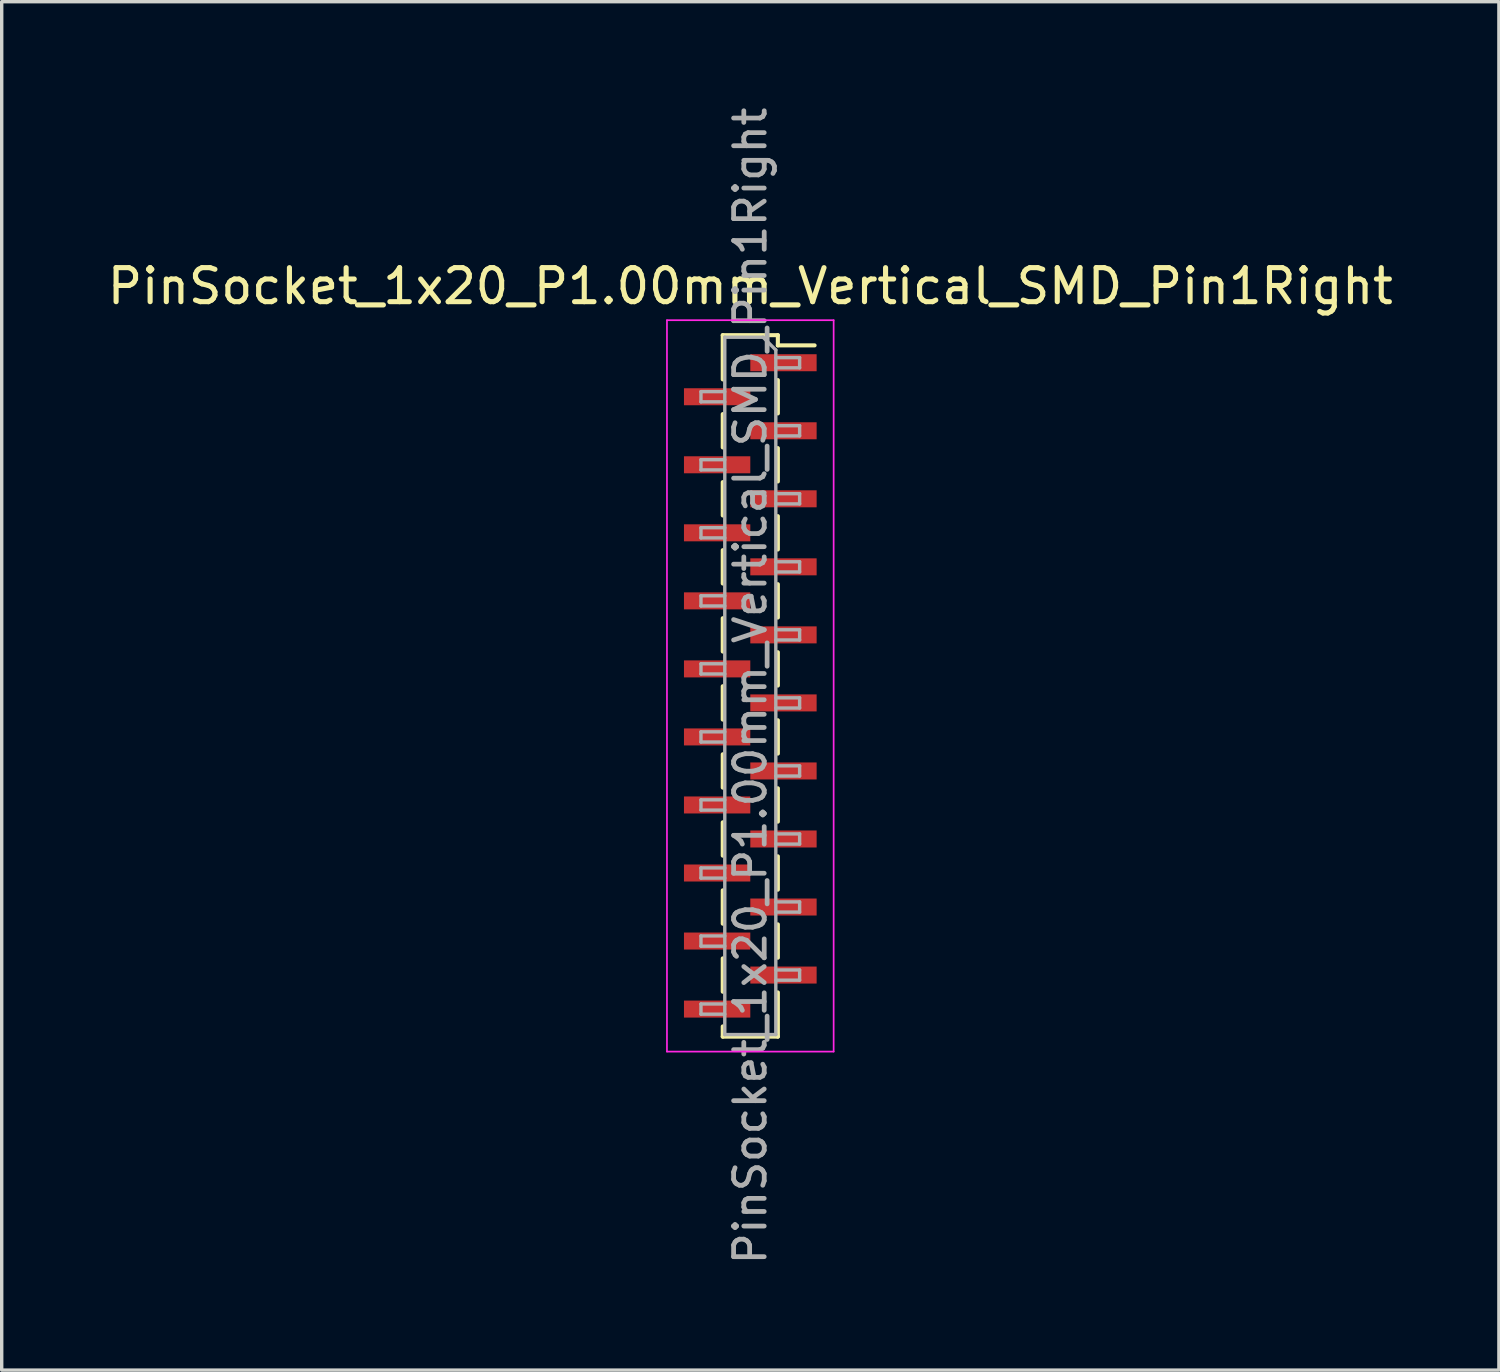
<source format=kicad_pcb>
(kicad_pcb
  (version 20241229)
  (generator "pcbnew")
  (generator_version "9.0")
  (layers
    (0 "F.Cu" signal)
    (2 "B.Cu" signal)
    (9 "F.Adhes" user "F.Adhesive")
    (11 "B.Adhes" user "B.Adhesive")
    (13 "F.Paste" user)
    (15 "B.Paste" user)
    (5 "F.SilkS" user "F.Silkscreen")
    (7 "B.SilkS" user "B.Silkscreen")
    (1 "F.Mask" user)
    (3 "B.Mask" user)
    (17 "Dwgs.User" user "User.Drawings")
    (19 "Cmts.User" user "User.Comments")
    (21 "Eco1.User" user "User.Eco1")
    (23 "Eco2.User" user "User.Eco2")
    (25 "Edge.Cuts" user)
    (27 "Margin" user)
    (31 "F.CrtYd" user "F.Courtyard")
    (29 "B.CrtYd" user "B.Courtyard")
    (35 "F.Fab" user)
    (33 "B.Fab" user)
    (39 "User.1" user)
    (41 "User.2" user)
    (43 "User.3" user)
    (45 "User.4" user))
  (footprint "PinSocket_1x20_P1.00mm_Vertical_SMD_Pin1Right"
    (layer "F.Cu")
    (at 19.006 17.113)
    (property "Reference" "PinSocket_1x20_P1.00mm_Vertical_SMD_Pin1Right" (at 0 -11.75 0) (layer "F.SilkS") (effects (font (size 1 1) (thickness 0.15))))
    (attr smd)
    (fp_line (start -0.81 -10.31) (end -0.81 -9.01) (stroke (width 0.12) (type solid)) (layer "F.SilkS"))
    (fp_line (start -0.81 -10.31) (end 0.81 -10.31) (stroke (width 0.12) (type solid)) (layer "F.SilkS"))
    (fp_line (start -0.81 -7.99) (end -0.81 -7.01) (stroke (width 0.12) (type solid)) (layer "F.SilkS"))
    (fp_line (start -0.81 -5.99) (end -0.81 -5.01) (stroke (width 0.12) (type solid)) (layer "F.SilkS"))
    (fp_line (start -0.81 -3.99) (end -0.81 -3.01) (stroke (width 0.12) (type solid)) (layer "F.SilkS"))
    (fp_line (start -0.81 -1.99) (end -0.81 -1.01) (stroke (width 0.12) (type solid)) (layer "F.SilkS"))
    (fp_line (start -0.81 0.01) (end -0.81 0.99) (stroke (width 0.12) (type solid)) (layer "F.SilkS"))
    (fp_line (start -0.81 2.01) (end -0.81 2.99) (stroke (width 0.12) (type solid)) (layer "F.SilkS"))
    (fp_line (start -0.81 4.01) (end -0.81 4.99) (stroke (width 0.12) (type solid)) (layer "F.SilkS"))
    (fp_line (start -0.81 6.01) (end -0.81 6.99) (stroke (width 0.12) (type solid)) (layer "F.SilkS"))
    (fp_line (start -0.81 8.01) (end -0.81 8.99) (stroke (width 0.12) (type solid)) (layer "F.SilkS"))
    (fp_line (start -0.81 10.01) (end -0.81 10.31) (stroke (width 0.12) (type solid)) (layer "F.SilkS"))
    (fp_line (start -0.81 10.31) (end 0.81 10.31) (stroke (width 0.12) (type solid)) (layer "F.SilkS"))
    (fp_line (start 0.81 -10.31) (end 0.81 -10.01) (stroke (width 0.12) (type solid)) (layer "F.SilkS"))
    (fp_line (start 0.81 -10.01) (end 1.89 -10.01) (stroke (width 0.12) (type solid)) (layer "F.SilkS"))
    (fp_line (start 0.81 -8.99) (end 0.81 -8.01) (stroke (width 0.12) (type solid)) (layer "F.SilkS"))
    (fp_line (start 0.81 -6.99) (end 0.81 -6.01) (stroke (width 0.12) (type solid)) (layer "F.SilkS"))
    (fp_line (start 0.81 -4.99) (end 0.81 -4.01) (stroke (width 0.12) (type solid)) (layer "F.SilkS"))
    (fp_line (start 0.81 -2.99) (end 0.81 -2.01) (stroke (width 0.12) (type solid)) (layer "F.SilkS"))
    (fp_line (start 0.81 -0.99) (end 0.81 -0.01) (stroke (width 0.12) (type solid)) (layer "F.SilkS"))
    (fp_line (start 0.81 1.01) (end 0.81 1.99) (stroke (width 0.12) (type solid)) (layer "F.SilkS"))
    (fp_line (start 0.81 3.01) (end 0.81 3.99) (stroke (width 0.12) (type solid)) (layer "F.SilkS"))
    (fp_line (start 0.81 5.01) (end 0.81 5.99) (stroke (width 0.12) (type solid)) (layer "F.SilkS"))
    (fp_line (start 0.81 7.01) (end 0.81 7.99) (stroke (width 0.12) (type solid)) (layer "F.SilkS"))
    (fp_line (start 0.81 9.01) (end 0.81 10.31) (stroke (width 0.12) (type solid)) (layer "F.SilkS"))
    (fp_line (start -2.45 -10.75) (end 2.45 -10.75) (stroke (width 0.05) (type solid)) (layer "F.CrtYd"))
    (fp_line (start -2.45 10.75) (end -2.45 -10.75) (stroke (width 0.05) (type solid)) (layer "F.CrtYd"))
    (fp_line (start 2.45 -10.75) (end 2.45 10.75) (stroke (width 0.05) (type solid)) (layer "F.CrtYd"))
    (fp_line (start 2.45 10.75) (end -2.45 10.75) (stroke (width 0.05) (type solid)) (layer "F.CrtYd"))
    (fp_line (start -1.45 -8.65) (end -0.75 -8.65) (stroke (width 0.1) (type solid)) (layer "F.Fab"))
    (fp_line (start -1.45 -8.35) (end -1.45 -8.65) (stroke (width 0.1) (type solid)) (layer "F.Fab"))
    (fp_line (start -1.45 -6.65) (end -0.75 -6.65) (stroke (width 0.1) (type solid)) (layer "F.Fab"))
    (fp_line (start -1.45 -6.35) (end -1.45 -6.65) (stroke (width 0.1) (type solid)) (layer "F.Fab"))
    (fp_line (start -1.45 -4.65) (end -0.75 -4.65) (stroke (width 0.1) (type solid)) (layer "F.Fab"))
    (fp_line (start -1.45 -4.35) (end -1.45 -4.65) (stroke (width 0.1) (type solid)) (layer "F.Fab"))
    (fp_line (start -1.45 -2.65) (end -0.75 -2.65) (stroke (width 0.1) (type solid)) (layer "F.Fab"))
    (fp_line (start -1.45 -2.35) (end -1.45 -2.65) (stroke (width 0.1) (type solid)) (layer "F.Fab"))
    (fp_line (start -1.45 -0.65) (end -0.75 -0.65) (stroke (width 0.1) (type solid)) (layer "F.Fab"))
    (fp_line (start -1.45 -0.35) (end -1.45 -0.65) (stroke (width 0.1) (type solid)) (layer "F.Fab"))
    (fp_line (start -1.45 1.35) (end -0.75 1.35) (stroke (width 0.1) (type solid)) (layer "F.Fab"))
    (fp_line (start -1.45 1.65) (end -1.45 1.35) (stroke (width 0.1) (type solid)) (layer "F.Fab"))
    (fp_line (start -1.45 3.35) (end -0.75 3.35) (stroke (width 0.1) (type solid)) (layer "F.Fab"))
    (fp_line (start -1.45 3.65) (end -1.45 3.35) (stroke (width 0.1) (type solid)) (layer "F.Fab"))
    (fp_line (start -1.45 5.35) (end -0.75 5.35) (stroke (width 0.1) (type solid)) (layer "F.Fab"))
    (fp_line (start -1.45 5.65) (end -1.45 5.35) (stroke (width 0.1) (type solid)) (layer "F.Fab"))
    (fp_line (start -1.45 7.35) (end -0.75 7.35) (stroke (width 0.1) (type solid)) (layer "F.Fab"))
    (fp_line (start -1.45 7.65) (end -1.45 7.35) (stroke (width 0.1) (type solid)) (layer "F.Fab"))
    (fp_line (start -1.45 9.35) (end -0.75 9.35) (stroke (width 0.1) (type solid)) (layer "F.Fab"))
    (fp_line (start -1.45 9.65) (end -1.45 9.35) (stroke (width 0.1) (type solid)) (layer "F.Fab"))
    (fp_line (start -0.75 -10.25) (end 0.375 -10.25) (stroke (width 0.1) (type solid)) (layer "F.Fab"))
    (fp_line (start -0.75 -8.35) (end -1.45 -8.35) (stroke (width 0.1) (type solid)) (layer "F.Fab"))
    (fp_line (start -0.75 -6.35) (end -1.45 -6.35) (stroke (width 0.1) (type solid)) (layer "F.Fab"))
    (fp_line (start -0.75 -4.35) (end -1.45 -4.35) (stroke (width 0.1) (type solid)) (layer "F.Fab"))
    (fp_line (start -0.75 -2.35) (end -1.45 -2.35) (stroke (width 0.1) (type solid)) (layer "F.Fab"))
    (fp_line (start -0.75 -0.35) (end -1.45 -0.35) (stroke (width 0.1) (type solid)) (layer "F.Fab"))
    (fp_line (start -0.75 1.65) (end -1.45 1.65) (stroke (width 0.1) (type solid)) (layer "F.Fab"))
    (fp_line (start -0.75 3.65) (end -1.45 3.65) (stroke (width 0.1) (type solid)) (layer "F.Fab"))
    (fp_line (start -0.75 5.65) (end -1.45 5.65) (stroke (width 0.1) (type solid)) (layer "F.Fab"))
    (fp_line (start -0.75 7.65) (end -1.45 7.65) (stroke (width 0.1) (type solid)) (layer "F.Fab"))
    (fp_line (start -0.75 9.65) (end -1.45 9.65) (stroke (width 0.1) (type solid)) (layer "F.Fab"))
    (fp_line (start -0.75 10.25) (end -0.75 -10.25) (stroke (width 0.1) (type solid)) (layer "F.Fab"))
    (fp_line (start 0.375 -10.25) (end 0.75 -9.875) (stroke (width 0.1) (type solid)) (layer "F.Fab"))
    (fp_line (start 0.75 -9.875) (end 0.75 10.25) (stroke (width 0.1) (type solid)) (layer "F.Fab"))
    (fp_line (start 0.75 -9.65) (end 1.45 -9.65) (stroke (width 0.1) (type solid)) (layer "F.Fab"))
    (fp_line (start 0.75 -7.65) (end 1.45 -7.65) (stroke (width 0.1) (type solid)) (layer "F.Fab"))
    (fp_line (start 0.75 -5.65) (end 1.45 -5.65) (stroke (width 0.1) (type solid)) (layer "F.Fab"))
    (fp_line (start 0.75 -3.65) (end 1.45 -3.65) (stroke (width 0.1) (type solid)) (layer "F.Fab"))
    (fp_line (start 0.75 -1.65) (end 1.45 -1.65) (stroke (width 0.1) (type solid)) (layer "F.Fab"))
    (fp_line (start 0.75 0.35) (end 1.45 0.35) (stroke (width 0.1) (type solid)) (layer "F.Fab"))
    (fp_line (start 0.75 2.35) (end 1.45 2.35) (stroke (width 0.1) (type solid)) (layer "F.Fab"))
    (fp_line (start 0.75 4.35) (end 1.45 4.35) (stroke (width 0.1) (type solid)) (layer "F.Fab"))
    (fp_line (start 0.75 6.35) (end 1.45 6.35) (stroke (width 0.1) (type solid)) (layer "F.Fab"))
    (fp_line (start 0.75 8.35) (end 1.45 8.35) (stroke (width 0.1) (type solid)) (layer "F.Fab"))
    (fp_line (start 0.75 10.25) (end -0.75 10.25) (stroke (width 0.1) (type solid)) (layer "F.Fab"))
    (fp_line (start 1.45 -9.65) (end 1.45 -9.35) (stroke (width 0.1) (type solid)) (layer "F.Fab"))
    (fp_line (start 1.45 -9.35) (end 0.75 -9.35) (stroke (width 0.1) (type solid)) (layer "F.Fab"))
    (fp_line (start 1.45 -7.65) (end 1.45 -7.35) (stroke (width 0.1) (type solid)) (layer "F.Fab"))
    (fp_line (start 1.45 -7.35) (end 0.75 -7.35) (stroke (width 0.1) (type solid)) (layer "F.Fab"))
    (fp_line (start 1.45 -5.65) (end 1.45 -5.35) (stroke (width 0.1) (type solid)) (layer "F.Fab"))
    (fp_line (start 1.45 -5.35) (end 0.75 -5.35) (stroke (width 0.1) (type solid)) (layer "F.Fab"))
    (fp_line (start 1.45 -3.65) (end 1.45 -3.35) (stroke (width 0.1) (type solid)) (layer "F.Fab"))
    (fp_line (start 1.45 -3.35) (end 0.75 -3.35) (stroke (width 0.1) (type solid)) (layer "F.Fab"))
    (fp_line (start 1.45 -1.65) (end 1.45 -1.35) (stroke (width 0.1) (type solid)) (layer "F.Fab"))
    (fp_line (start 1.45 -1.35) (end 0.75 -1.35) (stroke (width 0.1) (type solid)) (layer "F.Fab"))
    (fp_line (start 1.45 0.35) (end 1.45 0.65) (stroke (width 0.1) (type solid)) (layer "F.Fab"))
    (fp_line (start 1.45 0.65) (end 0.75 0.65) (stroke (width 0.1) (type solid)) (layer "F.Fab"))
    (fp_line (start 1.45 2.35) (end 1.45 2.65) (stroke (width 0.1) (type solid)) (layer "F.Fab"))
    (fp_line (start 1.45 2.65) (end 0.75 2.65) (stroke (width 0.1) (type solid)) (layer "F.Fab"))
    (fp_line (start 1.45 4.35) (end 1.45 4.65) (stroke (width 0.1) (type solid)) (layer "F.Fab"))
    (fp_line (start 1.45 4.65) (end 0.75 4.65) (stroke (width 0.1) (type solid)) (layer "F.Fab"))
    (fp_line (start 1.45 6.35) (end 1.45 6.65) (stroke (width 0.1) (type solid)) (layer "F.Fab"))
    (fp_line (start 1.45 6.65) (end 0.75 6.65) (stroke (width 0.1) (type solid)) (layer "F.Fab"))
    (fp_line (start 1.45 8.35) (end 1.45 8.65) (stroke (width 0.1) (type solid)) (layer "F.Fab"))
    (fp_line (start 1.45 8.65) (end 0.75 8.65) (stroke (width 0.1) (type solid)) (layer "F.Fab"))
    (fp_text user "${REFERENCE}" (at 0 0 90) (layer "F.Fab") (effects (font (size 0.9 0.9) (thickness 0.14))))
    (pad "1" smd rect (at 0.975 -9.5) (size 1.95 0.5) (layers "F.Cu" "F.Mask" "F.Paste"))
    (pad "2" smd rect (at -0.975 -8.5) (size 1.95 0.5) (layers "F.Cu" "F.Mask" "F.Paste"))
    (pad "3" smd rect (at 0.975 -7.5) (size 1.95 0.5) (layers "F.Cu" "F.Mask" "F.Paste"))
    (pad "4" smd rect (at -0.975 -6.5) (size 1.95 0.5) (layers "F.Cu" "F.Mask" "F.Paste"))
    (pad "5" smd rect (at 0.975 -5.5) (size 1.95 0.5) (layers "F.Cu" "F.Mask" "F.Paste"))
    (pad "6" smd rect (at -0.975 -4.5) (size 1.95 0.5) (layers "F.Cu" "F.Mask" "F.Paste"))
    (pad "7" smd rect (at 0.975 -3.5) (size 1.95 0.5) (layers "F.Cu" "F.Mask" "F.Paste"))
    (pad "8" smd rect (at -0.975 -2.5) (size 1.95 0.5) (layers "F.Cu" "F.Mask" "F.Paste"))
    (pad "9" smd rect (at 0.975 -1.5) (size 1.95 0.5) (layers "F.Cu" "F.Mask" "F.Paste"))
    (pad "10" smd rect (at -0.975 -0.5) (size 1.95 0.5) (layers "F.Cu" "F.Mask" "F.Paste"))
    (pad "11" smd rect (at 0.975 0.5) (size 1.95 0.5) (layers "F.Cu" "F.Mask" "F.Paste"))
    (pad "12" smd rect (at -0.975 1.5) (size 1.95 0.5) (layers "F.Cu" "F.Mask" "F.Paste"))
    (pad "13" smd rect (at 0.975 2.5) (size 1.95 0.5) (layers "F.Cu" "F.Mask" "F.Paste"))
    (pad "14" smd rect (at -0.975 3.5) (size 1.95 0.5) (layers "F.Cu" "F.Mask" "F.Paste"))
    (pad "15" smd rect (at 0.975 4.5) (size 1.95 0.5) (layers "F.Cu" "F.Mask" "F.Paste"))
    (pad "16" smd rect (at -0.975 5.5) (size 1.95 0.5) (layers "F.Cu" "F.Mask" "F.Paste"))
    (pad "17" smd rect (at 0.975 6.5) (size 1.95 0.5) (layers "F.Cu" "F.Mask" "F.Paste"))
    (pad "18" smd rect (at -0.975 7.5) (size 1.95 0.5) (layers "F.Cu" "F.Mask" "F.Paste"))
    (pad "19" smd rect (at 0.975 8.5) (size 1.95 0.5) (layers "F.Cu" "F.Mask" "F.Paste"))
    (pad "20" smd rect (at -0.975 9.5) (size 1.95 0.5) (layers "F.Cu" "F.Mask" "F.Paste")))
  (gr_rect
    (start -3 -3)
    (end 41.012 37.226)
    (stroke (width 0.1) (type default))
    (fill no)
    (layer "Edge.Cuts")))
</source>
